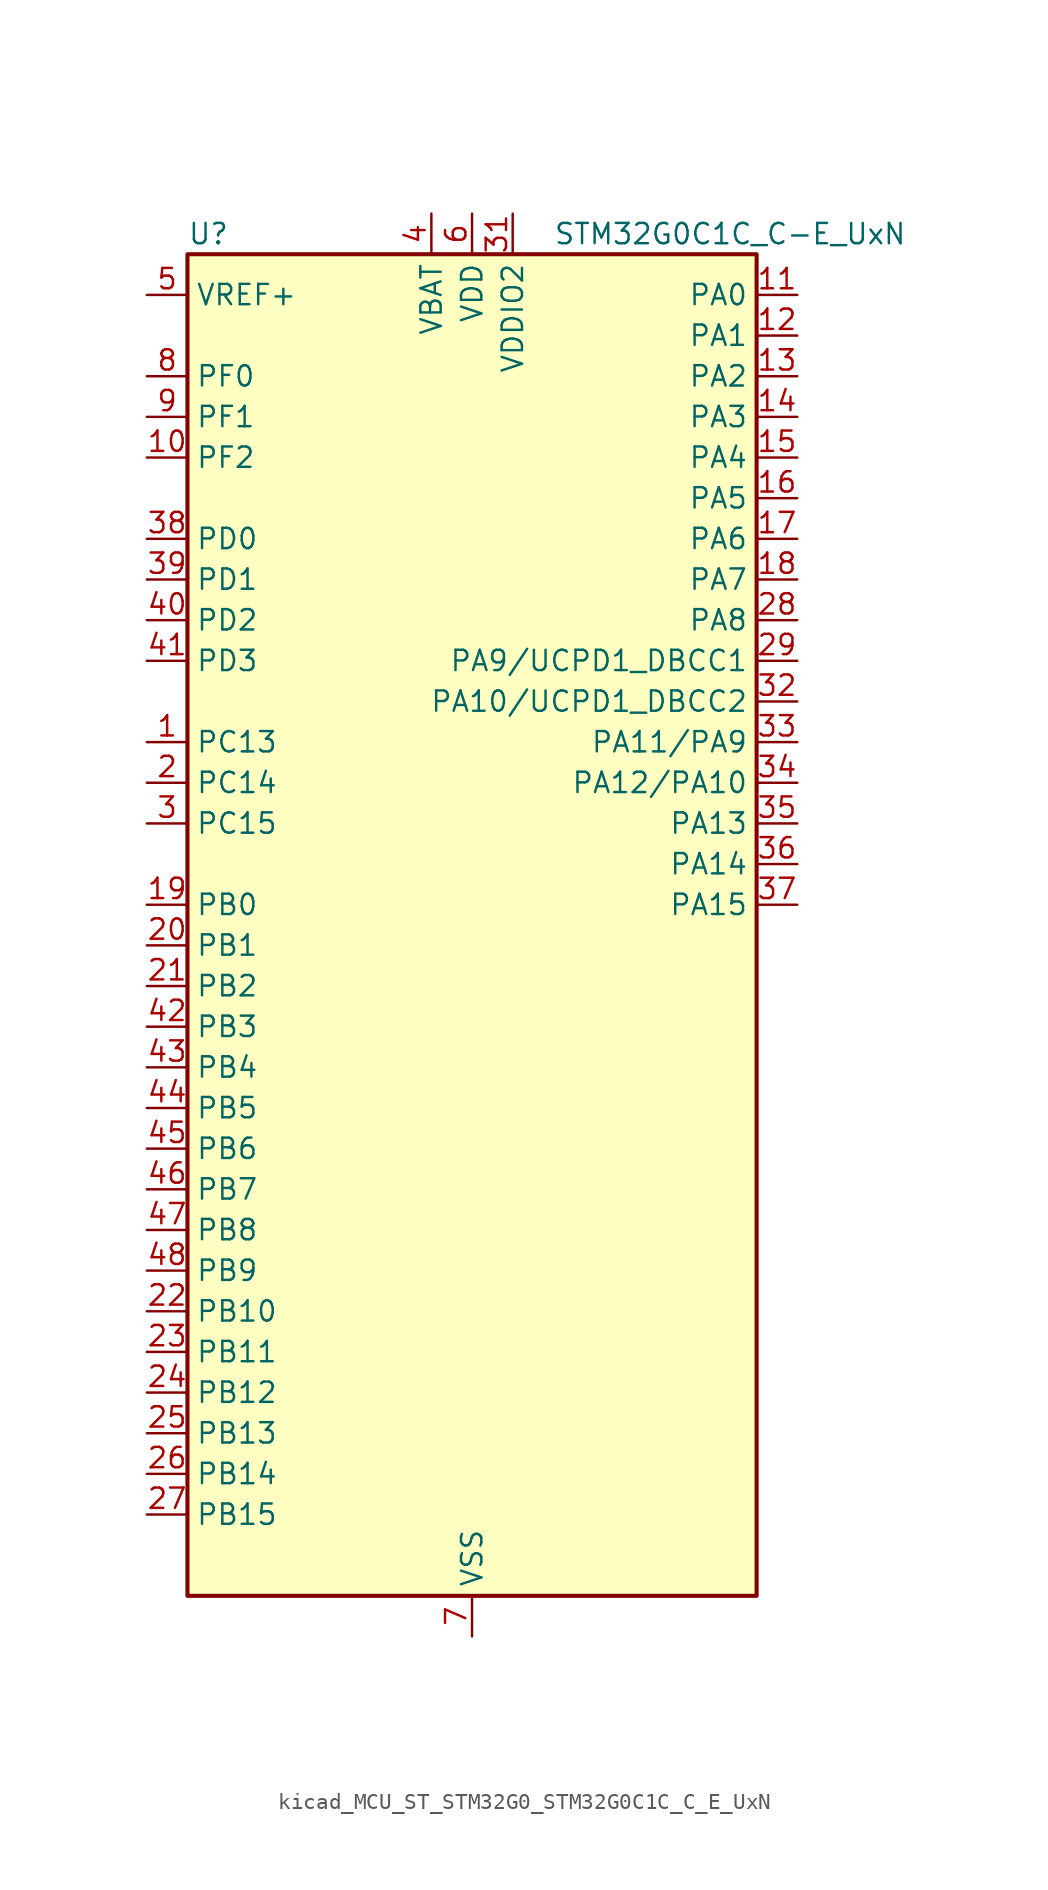
<source format=kicad_sym>
(kicad_symbol_lib
  (version 20220914)
  (generator kicad_symbol_editor)
  (symbol "kicad_MCU_ST_STM32G0_STM32G0C1C_C_E_UxN"
    (property "Reference" "U"
      (at -17.78 44.45 0)
      (effects (font (size 1.27 1.27)) (justify left)))
    (property "Value" "STM32G0C1C_C-E_UxN"
      (at 5.08 44.45 0)
      (effects (font (size 1.27 1.27)) (justify left)))
    (property "ki_locked" ""
      (at 0 0 0)
      (effects (font (size 1.27 1.27))))
    (symbol "kicad_MCU_ST_STM32G0_STM32G0C1C_C_E_UxN_0_1"
      (rectangle (start -17.78 -40.64) (end 17.78 43.18) (stroke (width 0.254) (type default)) (fill (type background))))
    (symbol "kicad_MCU_ST_STM32G0_STM32G0C1C_C_E_UxN_1_1"
      (pin bidirectional line (at -20.32 12.7 0) (length 2.54) (name "PC13" (effects (font (size 1.27 1.27)))) (number "1" (effects (font (size 1.27 1.27)))) (alternate "RTC_OUT1" bidirectional line) (alternate "RTC_TAMP_IN1" bidirectional line) (alternate "RTC_TS" bidirectional line) (alternate "SYS_WKUP2" bidirectional line) (alternate "TIM1_BK" bidirectional line))
      (pin bidirectional line (at -20.32 30.48 0) (length 2.54) (name "PF2" (effects (font (size 1.27 1.27)))) (number "10" (effects (font (size 1.27 1.27)))) (alternate "LPUART2_DE" bidirectional line) (alternate "LPUART2_RTS" bidirectional line) (alternate "LPUART2_TX" bidirectional line) (alternate "RCC_MCO" bidirectional line))
      (pin bidirectional line (at 20.32 40.64 180) (length 2.54) (name "PA0" (effects (font (size 1.27 1.27)))) (number "11" (effects (font (size 1.27 1.27)))) (alternate "ADC1_IN0" bidirectional line) (alternate "COMP1_INM" bidirectional line) (alternate "COMP1_OUT" bidirectional line) (alternate "I2S2_CK" bidirectional line) (alternate "LPTIM1_OUT" bidirectional line) (alternate "RTC_TAMP_IN2" bidirectional line) (alternate "SPI2_SCK" bidirectional line) (alternate "SYS_WKUP1" bidirectional line) (alternate "TIM2_CH1" bidirectional line) (alternate "TIM2_ETR" bidirectional line) (alternate "UCPD2_FRSTX1" bidirectional line) (alternate "UCPD2_FRSTX2" bidirectional line) (alternate "USART2_CTS" bidirectional line) (alternate "USART2_NSS" bidirectional line) (alternate "USART4_TX" bidirectional line))
      (pin bidirectional line (at 20.32 38.1 180) (length 2.54) (name "PA1" (effects (font (size 1.27 1.27)))) (number "12" (effects (font (size 1.27 1.27)))) (alternate "ADC1_IN1" bidirectional line) (alternate "COMP1_INP" bidirectional line) (alternate "I2C1_SMBA" bidirectional line) (alternate "I2S1_CK" bidirectional line) (alternate "SPI1_SCK" bidirectional line) (alternate "TIM15_CH1N" bidirectional line) (alternate "TIM2_CH2" bidirectional line) (alternate "USART2_CK" bidirectional line) (alternate "USART2_DE" bidirectional line) (alternate "USART2_RTS" bidirectional line) (alternate "USART4_RX" bidirectional line))
      (pin bidirectional line (at 20.32 35.56 180) (length 2.54) (name "PA2" (effects (font (size 1.27 1.27)))) (number "13" (effects (font (size 1.27 1.27)))) (alternate "ADC1_IN2" bidirectional line) (alternate "COMP2_INM" bidirectional line) (alternate "COMP2_OUT" bidirectional line) (alternate "I2S1_SD" bidirectional line) (alternate "LPUART1_TX" bidirectional line) (alternate "RCC_LSCO" bidirectional line) (alternate "SPI1_MOSI" bidirectional line) (alternate "SYS_WKUP4" bidirectional line) (alternate "TIM15_CH1" bidirectional line) (alternate "TIM2_CH3" bidirectional line) (alternate "UCPD1_FRSTX1" bidirectional line) (alternate "UCPD1_FRSTX2" bidirectional line) (alternate "USART2_TX" bidirectional line))
      (pin bidirectional line (at 20.32 33.02 180) (length 2.54) (name "PA3" (effects (font (size 1.27 1.27)))) (number "14" (effects (font (size 1.27 1.27)))) (alternate "ADC1_IN3" bidirectional line) (alternate "COMP2_INP" bidirectional line) (alternate "I2S2_MCK" bidirectional line) (alternate "LPUART1_RX" bidirectional line) (alternate "SPI2_MISO" bidirectional line) (alternate "TIM15_CH2" bidirectional line) (alternate "TIM2_CH4" bidirectional line) (alternate "UCPD2_FRSTX1" bidirectional line) (alternate "UCPD2_FRSTX2" bidirectional line) (alternate "USART2_RX" bidirectional line))
      (pin bidirectional line (at 20.32 30.48 180) (length 2.54) (name "PA4" (effects (font (size 1.27 1.27)))) (number "15" (effects (font (size 1.27 1.27)))) (alternate "ADC1_IN4" bidirectional line) (alternate "DAC1_OUT1" bidirectional line) (alternate "I2S1_WS" bidirectional line) (alternate "I2S2_SD" bidirectional line) (alternate "LPTIM2_OUT" bidirectional line) (alternate "RTC_OUT2" bidirectional line) (alternate "SPI1_NSS" bidirectional line) (alternate "SPI2_MOSI" bidirectional line) (alternate "SPI3_NSS" bidirectional line) (alternate "TIM14_CH1" bidirectional line) (alternate "UCPD2_FRSTX1" bidirectional line) (alternate "UCPD2_FRSTX2" bidirectional line) (alternate "USART6_TX" bidirectional line) (alternate "USB_NOE" bidirectional line))
      (pin bidirectional line (at 20.32 27.94 180) (length 2.54) (name "PA5" (effects (font (size 1.27 1.27)))) (number "16" (effects (font (size 1.27 1.27)))) (alternate "ADC1_IN5" bidirectional line) (alternate "CEC" bidirectional line) (alternate "DAC1_OUT2" bidirectional line) (alternate "I2S1_CK" bidirectional line) (alternate "LPTIM2_ETR" bidirectional line) (alternate "SPI1_SCK" bidirectional line) (alternate "TIM2_CH1" bidirectional line) (alternate "TIM2_ETR" bidirectional line) (alternate "UCPD1_FRSTX1" bidirectional line) (alternate "UCPD1_FRSTX2" bidirectional line) (alternate "USART3_TX" bidirectional line) (alternate "USART6_RX" bidirectional line))
      (pin bidirectional line (at 20.32 25.4 180) (length 2.54) (name "PA6" (effects (font (size 1.27 1.27)))) (number "17" (effects (font (size 1.27 1.27)))) (alternate "ADC1_IN6" bidirectional line) (alternate "COMP1_OUT" bidirectional line) (alternate "I2C2_SDA" bidirectional line) (alternate "I2C3_SDA" bidirectional line) (alternate "I2S1_MCK" bidirectional line) (alternate "LPUART1_CTS" bidirectional line) (alternate "SPI1_MISO" bidirectional line) (alternate "TIM16_CH1" bidirectional line) (alternate "TIM1_BK" bidirectional line) (alternate "TIM3_CH1" bidirectional line) (alternate "USART3_CTS" bidirectional line) (alternate "USART3_NSS" bidirectional line) (alternate "USART6_CTS" bidirectional line) (alternate "USART6_NSS" bidirectional line))
      (pin bidirectional line (at 20.32 22.86 180) (length 2.54) (name "PA7" (effects (font (size 1.27 1.27)))) (number "18" (effects (font (size 1.27 1.27)))) (alternate "ADC1_IN7" bidirectional line) (alternate "COMP2_OUT" bidirectional line) (alternate "I2C2_SCL" bidirectional line) (alternate "I2C3_SCL" bidirectional line) (alternate "I2S1_SD" bidirectional line) (alternate "SPI1_MOSI" bidirectional line) (alternate "TIM14_CH1" bidirectional line) (alternate "TIM17_CH1" bidirectional line) (alternate "TIM1_CH1N" bidirectional line) (alternate "TIM3_CH2" bidirectional line) (alternate "UCPD1_FRSTX1" bidirectional line) (alternate "UCPD1_FRSTX2" bidirectional line) (alternate "USART6_CK" bidirectional line) (alternate "USART6_DE" bidirectional line) (alternate "USART6_RTS" bidirectional line))
      (pin bidirectional line (at -20.32 2.54 0) (length 2.54) (name "PB0" (effects (font (size 1.27 1.27)))) (number "19" (effects (font (size 1.27 1.27)))) (alternate "ADC1_IN8" bidirectional line) (alternate "COMP1_OUT" bidirectional line) (alternate "COMP3_INP" bidirectional line) (alternate "FDCAN2_RX" bidirectional line) (alternate "I2S1_WS" bidirectional line) (alternate "LPTIM1_OUT" bidirectional line) (alternate "LPUART2_CTS" bidirectional line) (alternate "SPI1_NSS" bidirectional line) (alternate "TIM1_CH2N" bidirectional line) (alternate "TIM3_CH3" bidirectional line) (alternate "UCPD1_FRSTX1" bidirectional line) (alternate "UCPD1_FRSTX2" bidirectional line) (alternate "USART3_RX" bidirectional line) (alternate "USART5_TX" bidirectional line))
      (pin bidirectional line (at -20.32 10.16 0) (length 2.54) (name "PC14" (effects (font (size 1.27 1.27)))) (number "2" (effects (font (size 1.27 1.27)))) (alternate "RCC_OSC32_IN" bidirectional line) (alternate "TIM1_BK2" bidirectional line))
      (pin bidirectional line (at -20.32 0 0) (length 2.54) (name "PB1" (effects (font (size 1.27 1.27)))) (number "20" (effects (font (size 1.27 1.27)))) (alternate "ADC1_IN9" bidirectional line) (alternate "COMP1_INM" bidirectional line) (alternate "COMP3_OUT" bidirectional line) (alternate "FDCAN2_TX" bidirectional line) (alternate "LPTIM2_IN1" bidirectional line) (alternate "LPUART1_DE" bidirectional line) (alternate "LPUART1_RTS" bidirectional line) (alternate "LPUART2_DE" bidirectional line) (alternate "LPUART2_RTS" bidirectional line) (alternate "TIM14_CH1" bidirectional line) (alternate "TIM1_CH3N" bidirectional line) (alternate "TIM3_CH4" bidirectional line) (alternate "USART3_CK" bidirectional line) (alternate "USART3_DE" bidirectional line) (alternate "USART3_RTS" bidirectional line) (alternate "USART5_RX" bidirectional line))
      (pin bidirectional line (at -20.32 -2.54 0) (length 2.54) (name "PB2" (effects (font (size 1.27 1.27)))) (number "21" (effects (font (size 1.27 1.27)))) (alternate "ADC1_IN10" bidirectional line) (alternate "COMP1_INP" bidirectional line) (alternate "COMP3_INM" bidirectional line) (alternate "I2S2_MCK" bidirectional line) (alternate "LPTIM1_OUT" bidirectional line) (alternate "RCC_MCO_2" bidirectional line) (alternate "SPI2_MISO" bidirectional line) (alternate "USART3_TX" bidirectional line))
      (pin bidirectional line (at -20.32 -22.86 0) (length 2.54) (name "PB10" (effects (font (size 1.27 1.27)))) (number "22" (effects (font (size 1.27 1.27)))) (alternate "ADC1_IN11" bidirectional line) (alternate "CEC" bidirectional line) (alternate "COMP1_OUT" bidirectional line) (alternate "I2C2_SCL" bidirectional line) (alternate "I2S2_CK" bidirectional line) (alternate "LPUART1_RX" bidirectional line) (alternate "SPI2_SCK" bidirectional line) (alternate "TIM2_CH3" bidirectional line) (alternate "USART3_TX" bidirectional line))
      (pin bidirectional line (at -20.32 -25.4 0) (length 2.54) (name "PB11" (effects (font (size 1.27 1.27)))) (number "23" (effects (font (size 1.27 1.27)))) (alternate "ADC1_EXTI11" bidirectional line) (alternate "ADC1_IN15" bidirectional line) (alternate "COMP2_OUT" bidirectional line) (alternate "I2C2_SDA" bidirectional line) (alternate "I2S2_SD" bidirectional line) (alternate "LPUART1_TX" bidirectional line) (alternate "SPI2_MOSI" bidirectional line) (alternate "TIM2_CH4" bidirectional line) (alternate "USART3_RX" bidirectional line))
      (pin bidirectional line (at -20.32 -27.94 0) (length 2.54) (name "PB12" (effects (font (size 1.27 1.27)))) (number "24" (effects (font (size 1.27 1.27)))) (alternate "ADC1_IN16" bidirectional line) (alternate "FDCAN2_RX" bidirectional line) (alternate "I2C2_SMBA" bidirectional line) (alternate "I2S2_WS" bidirectional line) (alternate "LPUART1_DE" bidirectional line) (alternate "LPUART1_RTS" bidirectional line) (alternate "SPI2_NSS" bidirectional line) (alternate "TIM15_BK" bidirectional line) (alternate "TIM1_BK" bidirectional line) (alternate "UCPD2_FRSTX1" bidirectional line) (alternate "UCPD2_FRSTX2" bidirectional line))
      (pin bidirectional line (at -20.32 -30.48 0) (length 2.54) (name "PB13" (effects (font (size 1.27 1.27)))) (number "25" (effects (font (size 1.27 1.27)))) (alternate "FDCAN2_TX" bidirectional line) (alternate "I2C2_SCL" bidirectional line) (alternate "I2S2_CK" bidirectional line) (alternate "LPUART1_CTS" bidirectional line) (alternate "SPI2_SCK" bidirectional line) (alternate "TIM15_CH1N" bidirectional line) (alternate "TIM1_CH1N" bidirectional line) (alternate "USART3_CTS" bidirectional line) (alternate "USART3_NSS" bidirectional line))
      (pin bidirectional line (at -20.32 -33.02 0) (length 2.54) (name "PB14" (effects (font (size 1.27 1.27)))) (number "26" (effects (font (size 1.27 1.27)))) (alternate "I2C2_SDA" bidirectional line) (alternate "I2S2_MCK" bidirectional line) (alternate "SPI2_MISO" bidirectional line) (alternate "TIM15_CH1" bidirectional line) (alternate "TIM1_CH2N" bidirectional line) (alternate "UCPD1_FRSTX1" bidirectional line) (alternate "UCPD1_FRSTX2" bidirectional line) (alternate "USART3_CK" bidirectional line) (alternate "USART3_DE" bidirectional line) (alternate "USART3_RTS" bidirectional line) (alternate "USART6_CK" bidirectional line) (alternate "USART6_DE" bidirectional line) (alternate "USART6_RTS" bidirectional line))
      (pin bidirectional line (at -20.32 -35.56 0) (length 2.54) (name "PB15" (effects (font (size 1.27 1.27)))) (number "27" (effects (font (size 1.27 1.27)))) (alternate "I2S2_SD" bidirectional line) (alternate "RTC_REFIN" bidirectional line) (alternate "SPI2_MOSI" bidirectional line) (alternate "TIM15_CH1N" bidirectional line) (alternate "TIM15_CH2" bidirectional line) (alternate "TIM1_CH3N" bidirectional line) (alternate "UCPD1_CC2" bidirectional line) (alternate "USART6_CTS" bidirectional line) (alternate "USART6_NSS" bidirectional line))
      (pin bidirectional line (at 20.32 20.32 180) (length 2.54) (name "PA8" (effects (font (size 1.27 1.27)))) (number "28" (effects (font (size 1.27 1.27)))) (alternate "CRS1_SYNC" bidirectional line) (alternate "I2C2_SMBA" bidirectional line) (alternate "I2S2_WS" bidirectional line) (alternate "LPTIM2_OUT" bidirectional line) (alternate "RCC_MCO" bidirectional line) (alternate "SPI2_NSS" bidirectional line) (alternate "TIM1_CH1" bidirectional line) (alternate "UCPD1_CC1" bidirectional line))
      (pin bidirectional line (at 20.32 17.78 180) (length 2.54) (name "PA9/UCPD1_DBCC1" (effects (font (size 1.27 1.27)))) (number "29" (effects (font (size 1.27 1.27)))) (alternate "DAC1_EXTI9" bidirectional line) (alternate "I2C1_SCL" bidirectional line) (alternate "I2C2_SCL" bidirectional line) (alternate "I2S2_MCK" bidirectional line) (alternate "RCC_MCO" bidirectional line) (alternate "SPI2_MISO" bidirectional line) (alternate "TIM15_BK" bidirectional line) (alternate "TIM1_CH2" bidirectional line) (alternate "UCPD1_DBCC1" bidirectional line) (alternate "USART1_TX" bidirectional line))
      (pin bidirectional line (at -20.32 7.62 0) (length 2.54) (name "PC15" (effects (font (size 1.27 1.27)))) (number "3" (effects (font (size 1.27 1.27)))) (alternate "RCC_OSC32_EN" bidirectional line) (alternate "RCC_OSC32_OUT" bidirectional line) (alternate "RCC_OSC_EN" bidirectional line) (alternate "TIM15_BK" bidirectional line))
      (pin passive line (at 0 -43.18 90) (length 2.54) hide (name "VSS" (effects (font (size 1.27 1.27)))) (number "30" (effects (font (size 1.27 1.27)))))
      (pin power_in line (at 2.54 45.72 270) (length 2.54) (name "VDDIO2" (effects (font (size 1.27 1.27)))) (number "31" (effects (font (size 1.27 1.27)))))
      (pin bidirectional line (at 20.32 15.24 180) (length 2.54) (name "PA10/UCPD1_DBCC2" (effects (font (size 1.27 1.27)))) (number "32" (effects (font (size 1.27 1.27)))) (alternate "I2C1_SDA" bidirectional line) (alternate "I2C2_SDA" bidirectional line) (alternate "I2S2_SD" bidirectional line) (alternate "RCC_MCO_2" bidirectional line) (alternate "SPI2_MOSI" bidirectional line) (alternate "TIM17_BK" bidirectional line) (alternate "TIM1_CH3" bidirectional line) (alternate "UCPD1_DBCC2" bidirectional line) (alternate "USART1_RX" bidirectional line))
      (pin bidirectional line (at 20.32 12.7 180) (length 2.54) (name "PA11/PA9" (effects (font (size 1.27 1.27)))) (number "33" (effects (font (size 1.27 1.27)))) (alternate "ADC1_EXTI11" bidirectional line) (alternate "COMP1_OUT" bidirectional line) (alternate "FDCAN1_RX" bidirectional line) (alternate "I2C2_SCL" bidirectional line) (alternate "I2S1_MCK" bidirectional line) (alternate "SPI1_MISO" bidirectional line) (alternate "TIM1_BK2" bidirectional line) (alternate "TIM1_CH4" bidirectional line) (alternate "USART1_CTS" bidirectional line) (alternate "USART1_NSS" bidirectional line) (alternate "USB_DM" bidirectional line))
      (pin bidirectional line (at 20.32 10.16 180) (length 2.54) (name "PA12/PA10" (effects (font (size 1.27 1.27)))) (number "34" (effects (font (size 1.27 1.27)))) (alternate "COMP2_OUT" bidirectional line) (alternate "FDCAN1_TX" bidirectional line) (alternate "I2C2_SDA" bidirectional line) (alternate "I2S1_SD" bidirectional line) (alternate "I2S_CKIN" bidirectional line) (alternate "SPI1_MOSI" bidirectional line) (alternate "TIM1_ETR" bidirectional line) (alternate "USART1_CK" bidirectional line) (alternate "USART1_DE" bidirectional line) (alternate "USART1_RTS" bidirectional line) (alternate "USB_DP" bidirectional line))
      (pin bidirectional line (at 20.32 7.62 180) (length 2.54) (name "PA13" (effects (font (size 1.27 1.27)))) (number "35" (effects (font (size 1.27 1.27)))) (alternate "IR_OUT" bidirectional line) (alternate "LPUART2_RX" bidirectional line) (alternate "SYS_SWDIO" bidirectional line) (alternate "USB_NOE" bidirectional line))
      (pin bidirectional line (at 20.32 5.08 180) (length 2.54) (name "PA14" (effects (font (size 1.27 1.27)))) (number "36" (effects (font (size 1.27 1.27)))) (alternate "LPUART2_TX" bidirectional line) (alternate "SYS_SWCLK" bidirectional line) (alternate "USART2_TX" bidirectional line))
      (pin bidirectional line (at 20.32 2.54 180) (length 2.54) (name "PA15" (effects (font (size 1.27 1.27)))) (number "37" (effects (font (size 1.27 1.27)))) (alternate "I2C2_SMBA" bidirectional line) (alternate "I2S1_WS" bidirectional line) (alternate "RCC_MCO_2" bidirectional line) (alternate "SPI1_NSS" bidirectional line) (alternate "SPI3_NSS" bidirectional line) (alternate "TIM2_CH1" bidirectional line) (alternate "TIM2_ETR" bidirectional line) (alternate "USART2_RX" bidirectional line) (alternate "USART3_CK" bidirectional line) (alternate "USART3_DE" bidirectional line) (alternate "USART3_RTS" bidirectional line) (alternate "USART4_CK" bidirectional line) (alternate "USART4_DE" bidirectional line) (alternate "USART4_RTS" bidirectional line) (alternate "USB_NOE" bidirectional line))
      (pin bidirectional line (at -20.32 25.4 0) (length 2.54) (name "PD0" (effects (font (size 1.27 1.27)))) (number "38" (effects (font (size 1.27 1.27)))) (alternate "FDCAN1_RX" bidirectional line) (alternate "I2S2_WS" bidirectional line) (alternate "SPI2_NSS" bidirectional line) (alternate "TIM16_CH1" bidirectional line) (alternate "UCPD2_CC1" bidirectional line))
      (pin bidirectional line (at -20.32 22.86 0) (length 2.54) (name "PD1" (effects (font (size 1.27 1.27)))) (number "39" (effects (font (size 1.27 1.27)))) (alternate "FDCAN1_TX" bidirectional line) (alternate "I2S2_CK" bidirectional line) (alternate "SPI2_SCK" bidirectional line) (alternate "TIM17_CH1" bidirectional line) (alternate "UCPD2_DBCC1" bidirectional line))
      (pin power_in line (at -2.54 45.72 270) (length 2.54) (name "VBAT" (effects (font (size 1.27 1.27)))) (number "4" (effects (font (size 1.27 1.27)))))
      (pin bidirectional line (at -20.32 20.32 0) (length 2.54) (name "PD2" (effects (font (size 1.27 1.27)))) (number "40" (effects (font (size 1.27 1.27)))) (alternate "TIM1_CH1N" bidirectional line) (alternate "TIM3_ETR" bidirectional line) (alternate "UCPD2_CC2" bidirectional line) (alternate "USART3_CK" bidirectional line) (alternate "USART3_DE" bidirectional line) (alternate "USART3_RTS" bidirectional line) (alternate "USART5_RX" bidirectional line))
      (pin bidirectional line (at -20.32 17.78 0) (length 2.54) (name "PD3" (effects (font (size 1.27 1.27)))) (number "41" (effects (font (size 1.27 1.27)))) (alternate "I2S2_MCK" bidirectional line) (alternate "SPI2_MISO" bidirectional line) (alternate "TIM1_CH2N" bidirectional line) (alternate "UCPD2_DBCC2" bidirectional line) (alternate "USART2_CTS" bidirectional line) (alternate "USART2_NSS" bidirectional line) (alternate "USART5_TX" bidirectional line))
      (pin bidirectional line (at -20.32 -5.08 0) (length 2.54) (name "PB3" (effects (font (size 1.27 1.27)))) (number "42" (effects (font (size 1.27 1.27)))) (alternate "COMP2_INM" bidirectional line) (alternate "I2C2_SCL" bidirectional line) (alternate "I2C3_SCL" bidirectional line) (alternate "I2S1_CK" bidirectional line) (alternate "SPI1_SCK" bidirectional line) (alternate "SPI3_SCK" bidirectional line) (alternate "TIM1_CH2" bidirectional line) (alternate "TIM2_CH2" bidirectional line) (alternate "USART1_CK" bidirectional line) (alternate "USART1_DE" bidirectional line) (alternate "USART1_RTS" bidirectional line) (alternate "USART5_TX" bidirectional line))
      (pin bidirectional line (at -20.32 -7.62 0) (length 2.54) (name "PB4" (effects (font (size 1.27 1.27)))) (number "43" (effects (font (size 1.27 1.27)))) (alternate "COMP2_INP" bidirectional line) (alternate "I2C2_SDA" bidirectional line) (alternate "I2C3_SDA" bidirectional line) (alternate "I2S1_MCK" bidirectional line) (alternate "SPI1_MISO" bidirectional line) (alternate "SPI3_MISO" bidirectional line) (alternate "TIM17_BK" bidirectional line) (alternate "TIM3_CH1" bidirectional line) (alternate "USART1_CTS" bidirectional line) (alternate "USART1_NSS" bidirectional line) (alternate "USART5_RX" bidirectional line))
      (pin bidirectional line (at -20.32 -10.16 0) (length 2.54) (name "PB5" (effects (font (size 1.27 1.27)))) (number "44" (effects (font (size 1.27 1.27)))) (alternate "COMP2_OUT" bidirectional line) (alternate "FDCAN2_RX" bidirectional line) (alternate "I2C1_SMBA" bidirectional line) (alternate "I2S1_SD" bidirectional line) (alternate "LPTIM1_IN1" bidirectional line) (alternate "SPI1_MOSI" bidirectional line) (alternate "SPI3_MOSI" bidirectional line) (alternate "SYS_WKUP6" bidirectional line) (alternate "TIM16_BK" bidirectional line) (alternate "TIM3_CH2" bidirectional line) (alternate "USART5_CK" bidirectional line) (alternate "USART5_DE" bidirectional line) (alternate "USART5_RTS" bidirectional line))
      (pin bidirectional line (at -20.32 -12.7 0) (length 2.54) (name "PB6" (effects (font (size 1.27 1.27)))) (number "45" (effects (font (size 1.27 1.27)))) (alternate "COMP2_INP" bidirectional line) (alternate "FDCAN2_TX" bidirectional line) (alternate "I2C1_SCL" bidirectional line) (alternate "I2S2_MCK" bidirectional line) (alternate "LPTIM1_ETR" bidirectional line) (alternate "LPUART2_TX" bidirectional line) (alternate "SPI2_MISO" bidirectional line) (alternate "TIM16_CH1N" bidirectional line) (alternate "TIM1_CH3" bidirectional line) (alternate "TIM4_CH1" bidirectional line) (alternate "USART1_TX" bidirectional line) (alternate "USART5_CTS" bidirectional line) (alternate "USART5_NSS" bidirectional line))
      (pin bidirectional line (at -20.32 -15.24 0) (length 2.54) (name "PB7" (effects (font (size 1.27 1.27)))) (number "46" (effects (font (size 1.27 1.27)))) (alternate "COMP2_INM" bidirectional line) (alternate "I2C1_SDA" bidirectional line) (alternate "I2S2_SD" bidirectional line) (alternate "LPTIM1_IN2" bidirectional line) (alternate "LPUART2_RX" bidirectional line) (alternate "SPI2_MOSI" bidirectional line) (alternate "SYS_PVD_IN" bidirectional line) (alternate "TIM17_CH1N" bidirectional line) (alternate "TIM4_CH2" bidirectional line) (alternate "USART1_RX" bidirectional line) (alternate "USART4_CTS" bidirectional line) (alternate "USART4_NSS" bidirectional line))
      (pin bidirectional line (at -20.32 -17.78 0) (length 2.54) (name "PB8" (effects (font (size 1.27 1.27)))) (number "47" (effects (font (size 1.27 1.27)))) (alternate "CEC" bidirectional line) (alternate "FDCAN1_RX" bidirectional line) (alternate "I2C1_SCL" bidirectional line) (alternate "I2S2_CK" bidirectional line) (alternate "SPI2_SCK" bidirectional line) (alternate "TIM15_BK" bidirectional line) (alternate "TIM16_CH1" bidirectional line) (alternate "TIM4_CH3" bidirectional line) (alternate "USART3_TX" bidirectional line) (alternate "USART6_TX" bidirectional line))
      (pin bidirectional line (at -20.32 -20.32 0) (length 2.54) (name "PB9" (effects (font (size 1.27 1.27)))) (number "48" (effects (font (size 1.27 1.27)))) (alternate "DAC1_EXTI9" bidirectional line) (alternate "FDCAN1_TX" bidirectional line) (alternate "I2C1_SDA" bidirectional line) (alternate "I2S2_WS" bidirectional line) (alternate "IR_OUT" bidirectional line) (alternate "SPI2_NSS" bidirectional line) (alternate "TIM17_CH1" bidirectional line) (alternate "TIM4_CH4" bidirectional line) (alternate "UCPD2_FRSTX1" bidirectional line) (alternate "UCPD2_FRSTX2" bidirectional line) (alternate "USART3_RX" bidirectional line) (alternate "USART6_RX" bidirectional line))
      (pin passive line (at 0 -43.18 90) (length 2.54) hide (name "VSS" (effects (font (size 1.27 1.27)))) (number "49" (effects (font (size 1.27 1.27)))))
      (pin input line (at -20.32 40.64 0) (length 2.54) (name "VREF+" (effects (font (size 1.27 1.27)))) (number "5" (effects (font (size 1.27 1.27)))) (alternate "VREFBUF_OUT" bidirectional line))
      (pin power_in line (at 0 45.72 270) (length 2.54) (name "VDD" (effects (font (size 1.27 1.27)))) (number "6" (effects (font (size 1.27 1.27)))))
      (pin power_in line (at 0 -43.18 90) (length 2.54) (name "VSS" (effects (font (size 1.27 1.27)))) (number "7" (effects (font (size 1.27 1.27)))))
      (pin bidirectional line (at -20.32 35.56 0) (length 2.54) (name "PF0" (effects (font (size 1.27 1.27)))) (number "8" (effects (font (size 1.27 1.27)))) (alternate "CRS1_SYNC" bidirectional line) (alternate "RCC_OSC_IN" bidirectional line) (alternate "TIM14_CH1" bidirectional line))
      (pin bidirectional line (at -20.32 33.02 0) (length 2.54) (name "PF1" (effects (font (size 1.27 1.27)))) (number "9" (effects (font (size 1.27 1.27)))) (alternate "RCC_OSC_EN" bidirectional line) (alternate "RCC_OSC_OUT" bidirectional line) (alternate "TIM15_CH1N" bidirectional line)))))
</source>
